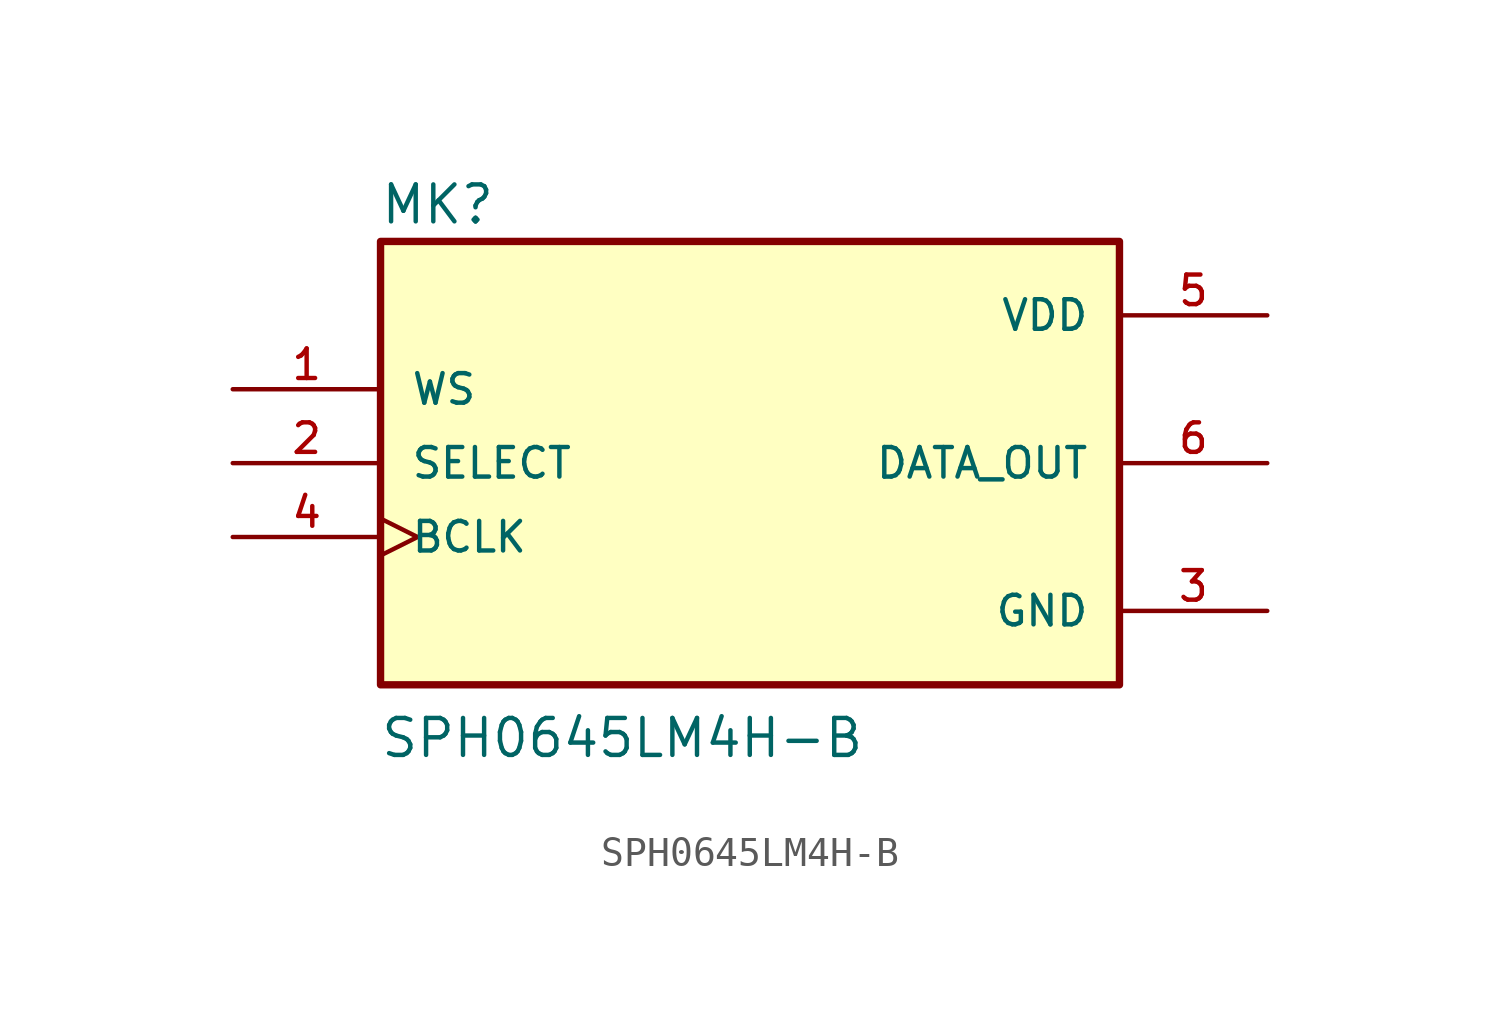
<source format=kicad_sym>
(kicad_symbol_lib
  (version 20211014)
  (generator kicad_symbol_editor)
  (symbol "SPH0645LM4H-B"
    (pin_names
      (offset 1.016))
    (property "Reference" "MK"
      (at -12.74 8.147 0)
      (effects (font (size 1.27 1.27)) (justify bottom left)))
    (property "Value" "SPH0645LM4H-B"
      (at -12.747 -10.193 0)
      (effects (font (size 1.27 1.27)) (justify bottom left)))
    (symbol "SPH0645LM4H-B_0_0"
      (rectangle (start -12.7 -7.62) (end 12.7 7.62) (stroke (width 0.254)) (fill (type background)))
      (pin input line (at -17.78 2.54 0) (length 5.08) (name "WS" (effects (font (size 1.016 1.016)))) (number "1" (effects (font (size 1.016 1.016)))))
      (pin input line (at -17.78 0.0 0) (length 5.08) (name "SELECT" (effects (font (size 1.016 1.016)))) (number "2" (effects (font (size 1.016 1.016)))))
      (pin power_in line (at 17.78 -5.08 180.0) (length 5.08) (name "GND" (effects (font (size 1.016 1.016)))) (number "3" (effects (font (size 1.016 1.016)))))
      (pin input clock (at -17.78 -2.54 0) (length 5.08) (name "BCLK" (effects (font (size 1.016 1.016)))) (number "4" (effects (font (size 1.016 1.016)))))
      (pin power_in line (at 17.78 5.08 180.0) (length 5.08) (name "VDD" (effects (font (size 1.016 1.016)))) (number "5" (effects (font (size 1.016 1.016)))))
      (pin output line (at 17.78 0.0 180.0) (length 5.08) (name "DATA_OUT" (effects (font (size 1.016 1.016)))) (number "6" (effects (font (size 1.016 1.016))))))))
</source>
